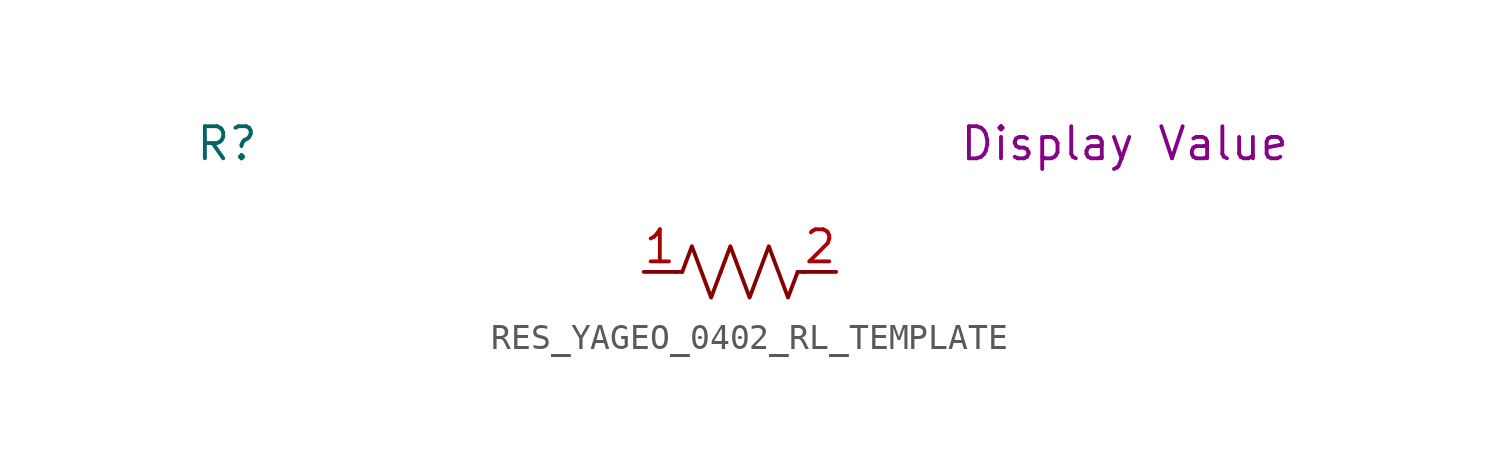
<source format=kicad_sym>
(kicad_symbol_lib
  (version 20231120)
  (generator "kicad_symbol_editor")
  (generator_version "8.0")
  (symbol "RES_YAGEO_0402_RL_TEMPLATE"
    (property "Reference" "R"
      (at -20.32 5.08 0)
      (effects (font (size 1.27 1.27))))
    (property "Display Value" "Display Value"
      (at 15.24 5.08 0)
      (effects (font (size 1.27 1.27))))
    (symbol "RES_YAGEO_0402_RL_TEMPLATE_0_1"
      (polyline (pts (xy -2.286 0) (xy -2.54 0)) (stroke (width 0) (type default)) (fill (type none)))
      (polyline (pts (xy 2.286 0) (xy 2.54 0)) (stroke (width 0) (type default)) (fill (type none)))
      (polyline (pts (xy -2.286 0) (xy -1.905 1.016) (xy -1.524 0) (xy -1.143 -1.016) (xy -0.762 0)) (stroke (width 0) (type default)) (fill (type none)))
      (polyline (pts (xy -0.762 0) (xy -0.381 1.016) (xy 0 0) (xy 0.381 -1.016) (xy 0.762 0)) (stroke (width 0) (type default)) (fill (type none)))
      (polyline (pts (xy 0.762 0) (xy 1.143 1.016) (xy 1.524 0) (xy 1.905 -1.016) (xy 2.286 0)) (stroke (width 0) (type default)) (fill (type none))))
    (symbol "RES_YAGEO_0402_RL_TEMPLATE_1_1"
      (pin passive line (at -3.81 0 0) (length 1.27) (name "~" (effects (font (size 1.27 1.27)))) (number "1" (effects (font (size 1.27 1.27)))))
      (pin passive line (at 3.81 0 180) (length 1.27) (name "~" (effects (font (size 1.27 1.27)))) (number "2" (effects (font (size 1.27 1.27))))))))
</source>
